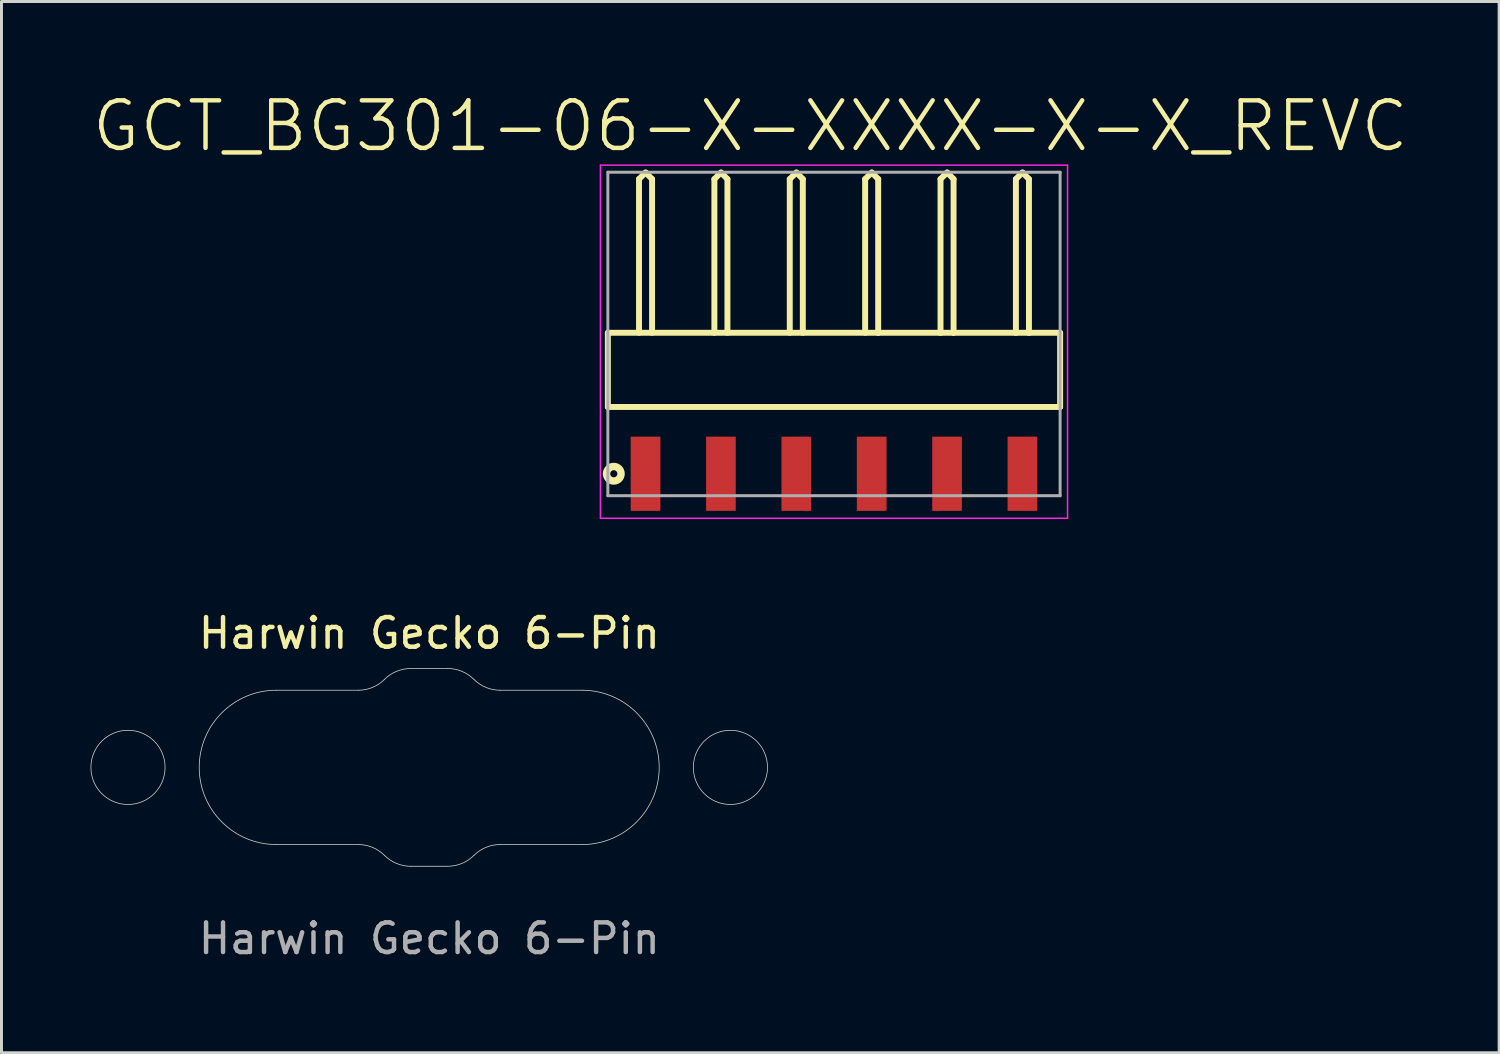
<source format=kicad_pcb>
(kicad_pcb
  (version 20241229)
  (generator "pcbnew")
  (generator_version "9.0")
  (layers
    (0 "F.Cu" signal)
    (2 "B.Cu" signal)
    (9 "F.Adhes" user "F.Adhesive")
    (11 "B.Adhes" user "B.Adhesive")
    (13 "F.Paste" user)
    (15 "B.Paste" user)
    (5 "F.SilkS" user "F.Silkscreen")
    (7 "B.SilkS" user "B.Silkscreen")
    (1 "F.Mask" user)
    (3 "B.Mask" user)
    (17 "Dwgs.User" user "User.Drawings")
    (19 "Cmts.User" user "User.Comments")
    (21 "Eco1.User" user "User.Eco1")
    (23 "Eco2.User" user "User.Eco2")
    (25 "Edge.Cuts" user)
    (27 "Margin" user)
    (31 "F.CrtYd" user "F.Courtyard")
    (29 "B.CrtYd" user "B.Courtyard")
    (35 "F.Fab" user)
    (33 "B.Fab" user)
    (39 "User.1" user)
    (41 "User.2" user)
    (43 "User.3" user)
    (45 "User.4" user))
  (footprint "GCT_BG301-06-X-XXXX-X-X_REVC"
    (layer "F.Cu")
    (at 25.053 12.914)
    (property "Reference" "GCT_BG301-06-X-XXXX-X-X_REVC" (at -2.819 -11.714 0) (layer "F.SilkS") (effects (font (size 1.603 1.603) (thickness 0.15))))
    (attr smd)
    (fp_line (start -7.62 -4.75) (end 1.49 -4.75) (stroke (width 0.2) (type solid)) (layer "F.SilkS"))
    (fp_line (start -7.62 -2.25) (end -7.62 -4.75) (stroke (width 0.2) (type solid)) (layer "F.SilkS"))
    (fp_line (start -7.62 -2.25) (end 7.62 -2.25) (stroke (width 0.2) (type solid)) (layer "F.SilkS"))
    (fp_line (start -6.57 -9.93) (end -6.347 -10.15) (stroke (width 0.2) (type solid)) (layer "F.SilkS"))
    (fp_line (start -6.57 -4.75) (end -6.57 -9.93) (stroke (width 0.2) (type solid)) (layer "F.SilkS"))
    (fp_line (start -6.347 -10.15) (end -6.13 -9.93) (stroke (width 0.2) (type solid)) (layer "F.SilkS"))
    (fp_line (start -6.13 -4.75) (end -6.13 -9.93) (stroke (width 0.2) (type solid)) (layer "F.SilkS"))
    (fp_line (start -4.03 -9.93) (end -3.807 -10.15) (stroke (width 0.2) (type solid)) (layer "F.SilkS"))
    (fp_line (start -4.03 -4.75) (end -4.03 -9.93) (stroke (width 0.2) (type solid)) (layer "F.SilkS"))
    (fp_line (start -3.807 -10.15) (end -3.59 -9.93) (stroke (width 0.2) (type solid)) (layer "F.SilkS"))
    (fp_line (start -3.59 -4.75) (end -3.59 -9.93) (stroke (width 0.2) (type solid)) (layer "F.SilkS"))
    (fp_line (start -1.49 -9.93) (end -1.267 -10.15) (stroke (width 0.2) (type solid)) (layer "F.SilkS"))
    (fp_line (start -1.49 -4.75) (end -1.49 -9.93) (stroke (width 0.2) (type solid)) (layer "F.SilkS"))
    (fp_line (start -1.267 -10.15) (end -1.05 -9.93) (stroke (width 0.2) (type solid)) (layer "F.SilkS"))
    (fp_line (start -1.05 -4.75) (end -1.05 -9.93) (stroke (width 0.2) (type solid)) (layer "F.SilkS"))
    (fp_line (start 1.05 -9.93) (end 1.273 -10.15) (stroke (width 0.2) (type solid)) (layer "F.SilkS"))
    (fp_line (start 1.05 -4.75) (end 1.05 -9.93) (stroke (width 0.2) (type solid)) (layer "F.SilkS"))
    (fp_line (start 1.273 -10.15) (end 1.49 -9.93) (stroke (width 0.2) (type solid)) (layer "F.SilkS"))
    (fp_line (start 1.49 -4.75) (end 1.49 -9.93) (stroke (width 0.2) (type solid)) (layer "F.SilkS"))
    (fp_line (start 1.49 -4.75) (end 3.59 -4.75) (stroke (width 0.2) (type solid)) (layer "F.SilkS"))
    (fp_line (start 3.59 -9.93) (end 3.813 -10.15) (stroke (width 0.2) (type solid)) (layer "F.SilkS"))
    (fp_line (start 3.59 -4.75) (end 3.59 -9.93) (stroke (width 0.2) (type solid)) (layer "F.SilkS"))
    (fp_line (start 3.59 -4.75) (end 4.03 -4.75) (stroke (width 0.2) (type solid)) (layer "F.SilkS"))
    (fp_line (start 3.813 -10.15) (end 4.03 -9.93) (stroke (width 0.2) (type solid)) (layer "F.SilkS"))
    (fp_line (start 4.03 -4.75) (end 4.03 -9.93) (stroke (width 0.2) (type solid)) (layer "F.SilkS"))
    (fp_line (start 4.03 -4.75) (end 6.13 -4.75) (stroke (width 0.2) (type solid)) (layer "F.SilkS"))
    (fp_line (start 6.13 -9.93) (end 6.353 -10.15) (stroke (width 0.2) (type solid)) (layer "F.SilkS"))
    (fp_line (start 6.13 -4.75) (end 6.13 -9.93) (stroke (width 0.2) (type solid)) (layer "F.SilkS"))
    (fp_line (start 6.13 -4.75) (end 6.57 -4.75) (stroke (width 0.2) (type solid)) (layer "F.SilkS"))
    (fp_line (start 6.353 -10.15) (end 6.57 -9.93) (stroke (width 0.2) (type solid)) (layer "F.SilkS"))
    (fp_line (start 6.57 -4.75) (end 6.57 -9.93) (stroke (width 0.2) (type solid)) (layer "F.SilkS"))
    (fp_line (start 6.57 -4.75) (end 7.62 -4.75) (stroke (width 0.2) (type solid)) (layer "F.SilkS"))
    (fp_line (start 7.62 -2.25) (end 7.62 -4.75) (stroke (width 0.2) (type solid)) (layer "F.SilkS"))
    (fp_circle (center -7.42 0) (end -7.3 0) (stroke (width 0.25) (type solid)) (fill no) (layer "F.SilkS"))
    (fp_line (start -7.87 -10.4) (end 7.87 -10.4) (stroke (width 0.05) (type solid)) (layer "F.CrtYd"))
    (fp_line (start -7.87 1.5) (end -7.87 -10.4) (stroke (width 0.05) (type solid)) (layer "F.CrtYd"))
    (fp_line (start -7.87 1.5) (end 7.87 1.5) (stroke (width 0.05) (type solid)) (layer "F.CrtYd"))
    (fp_line (start 7.87 1.5) (end 7.87 -10.4) (stroke (width 0.05) (type solid)) (layer "F.CrtYd"))
    (fp_line (start -7.62 -10.16) (end 7.62 -10.16) (stroke (width 0.1) (type solid)) (layer "F.Fab"))
    (fp_line (start -7.62 0.74) (end -7.62 -10.16) (stroke (width 0.1) (type solid)) (layer "F.Fab"))
    (fp_line (start -7.62 0.74) (end 7.62 0.74) (stroke (width 0.1) (type solid)) (layer "F.Fab"))
    (fp_line (start 7.62 0.74) (end 7.62 -10.16) (stroke (width 0.1) (type solid)) (layer "F.Fab"))
    (pad "1" smd rect (at -6.35 0) (size 1 2.5) (layers "F.Cu" "F.Mask" "F.Paste"))
    (pad "2" smd rect (at -3.81 0) (size 1 2.5) (layers "F.Cu" "F.Mask" "F.Paste"))
    (pad "3" smd rect (at -1.27 0) (size 1 2.5) (layers "F.Cu" "F.Mask" "F.Paste"))
    (pad "4" smd rect (at 1.27 0) (size 1 2.5) (layers "F.Cu" "F.Mask" "F.Paste"))
    (pad "5" smd rect (at 3.81 0) (size 1 2.5) (layers "F.Cu" "F.Mask" "F.Paste"))
    (pad "6" smd rect (at 6.35 0) (size 1 2.5) (layers "F.Cu" "F.Mask" "F.Paste")))
  (footprint "Harwin Gecko 6-Pin"
    (layer "F.Cu")
    (at 11.418 22.809)
    (property "Reference" "Harwin Gecko 6-Pin" (at 0 -4.521 0) (unlocked yes) (layer "F.SilkS") (effects (font (size 1 1) (thickness 0.15))))
    (attr smd)
    (fp_line (start -5.155 -2.6) (end -2.395 -2.6) (stroke (width 0.025) (type solid)) (layer "Edge.Cuts"))
    (fp_line (start -5.155 2.6) (end -2.395 2.6) (stroke (width 0.025) (type solid)) (layer "Edge.Cuts"))
    (fp_line (start -0.627 3.332) (end 0.61 3.332) (stroke (width 0.025) (type solid)) (layer "Edge.Cuts"))
    (fp_line (start -0.617 -3.332) (end 0.617 -3.332) (stroke (width 0.025) (type solid)) (layer "Edge.Cuts"))
    (fp_line (start 5.145 -2.6) (end 2.385 -2.6) (stroke (width 0.025) (type solid)) (layer "Edge.Cuts"))
    (fp_line (start 5.145 2.6) (end 2.385 2.6) (stroke (width 0.025) (type solid)) (layer "Edge.Cuts"))
    (fp_arc (start -5.15483 2.6) (mid -7.75483 0) (end -5.15483 -2.6) (stroke (width 0.0254) (type solid)) (layer "Edge.Cuts"))
    (fp_arc (start -2.39483 2.6) (mid -1.916477 2.695151) (end -1.510948 2.966116) (stroke (width 0.0254) (type solid)) (layer "Edge.Cuts"))
    (fp_arc (start -1.510947 -2.966118) (mid -1.105418 -3.237084) (end -0.627064 -3.332234) (stroke (width 0.0254) (type solid)) (layer "Edge.Cuts"))
    (fp_arc (start -1.510947 -2.966117) (mid -1.916476 -2.695151) (end -2.39483 -2.600001) (stroke (width 0.0254) (type solid)) (layer "Edge.Cuts"))
    (fp_arc (start -0.627065 3.332233) (mid -1.105419 3.237083) (end -1.510948 2.966116) (stroke (width 0.0254) (type solid)) (layer "Edge.Cuts"))
    (fp_arc (start 0.617413 -3.332234) (mid 1.095767 -3.237084) (end 1.501296 -2.966117) (stroke (width 0.0254) (type solid)) (layer "Edge.Cuts"))
    (fp_arc (start 1.501286 2.966116) (mid 1.095757 3.237082) (end 0.617403 3.332232) (stroke (width 0.0254) (type solid)) (layer "Edge.Cuts"))
    (fp_arc (start 1.501286 2.966116) (mid 1.906815 2.69515) (end 2.385169 2.6) (stroke (width 0.0254) (type solid)) (layer "Edge.Cuts"))
    (fp_arc (start 2.38517 -2.600001) (mid 1.906816 -2.695152) (end 1.501287 -2.966117) (stroke (width 0.0254) (type solid)) (layer "Edge.Cuts"))
    (fp_arc (start 5.14517 -2.600001) (mid 7.745171 0) (end 5.14517 2.600001) (stroke (width 0.0254) (type solid)) (layer "Edge.Cuts"))
    (fp_circle (center -10.155 0) (end -8.905 0) (stroke (width 0.025) (type solid)) (fill no) (layer "Edge.Cuts"))
    (fp_circle (center 10.145 0) (end 11.395 0) (stroke (width 0.025) (type solid)) (fill no) (layer "Edge.Cuts"))
    (fp_text user "${REFERENCE}" (at 0 5.767 0) (unlocked yes) (layer "F.Fab") (effects (font (size 1 1) (thickness 0.15)))))
  (gr_rect
    (start -3 -3)
    (end 47.467 32.424)
    (stroke (width 0.1) (type default))
    (fill no)
    (layer "Edge.Cuts")))
</source>
